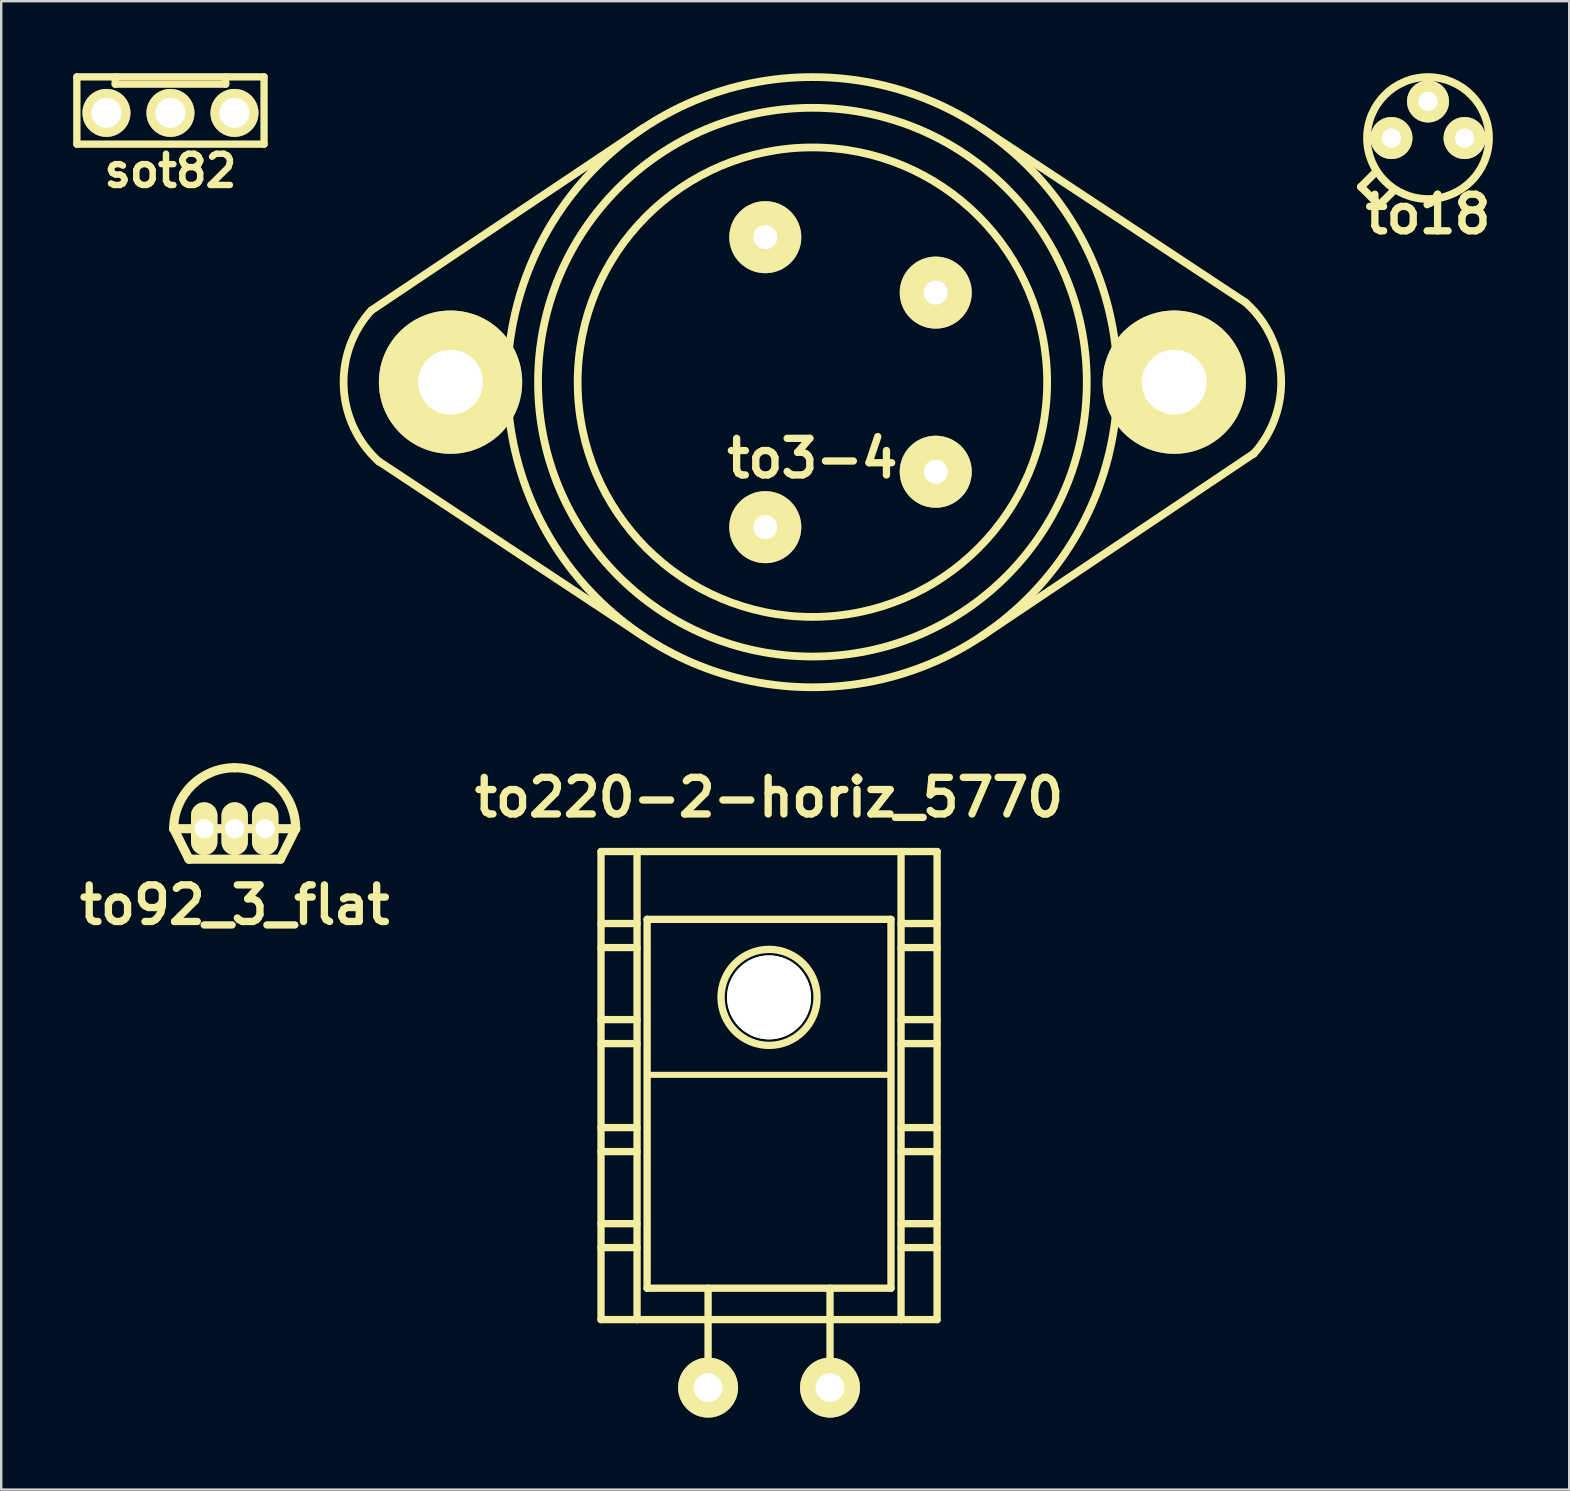
<source format=kicad_pcb>
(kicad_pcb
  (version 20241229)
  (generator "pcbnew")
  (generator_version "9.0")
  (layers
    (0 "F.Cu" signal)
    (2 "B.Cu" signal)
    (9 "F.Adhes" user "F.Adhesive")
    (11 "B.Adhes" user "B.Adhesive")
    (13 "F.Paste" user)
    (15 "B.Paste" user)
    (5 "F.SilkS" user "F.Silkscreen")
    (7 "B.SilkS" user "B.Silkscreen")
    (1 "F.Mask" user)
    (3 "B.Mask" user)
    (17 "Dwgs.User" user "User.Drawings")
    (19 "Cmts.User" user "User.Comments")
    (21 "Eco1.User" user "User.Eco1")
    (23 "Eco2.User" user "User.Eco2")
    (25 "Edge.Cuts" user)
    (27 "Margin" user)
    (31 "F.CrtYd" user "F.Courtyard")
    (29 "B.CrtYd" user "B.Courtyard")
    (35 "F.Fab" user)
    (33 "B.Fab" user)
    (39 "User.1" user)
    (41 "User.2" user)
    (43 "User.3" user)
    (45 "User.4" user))
  (footprint "to18"
    (layer "F.Cu")
    (at 56.44 2.701)
    (property "Reference" "to18" (at 0 3.175 0) (layer "F.SilkS") (effects (font (size 1.524 1.524) (thickness 0.305))))
    (attr through_hole)
    (fp_line (start -2.794 2.032) (end -2.032 2.794) (stroke (width 0.323) (type solid)) (layer "F.SilkS"))
    (fp_line (start -2.159 1.397) (end -2.794 2.032) (stroke (width 0.323) (type solid)) (layer "F.SilkS"))
    (fp_line (start -2.032 2.794) (end -1.397 2.159) (stroke (width 0.323) (type solid)) (layer "F.SilkS"))
    (fp_circle (center 0 0) (end -2.54 0) (stroke (width 0.323) (type solid)) (fill no) (layer "F.SilkS"))
    (pad "1" thru_hole circle (at 1.524 0) (size 1.75 1.75) (drill 0.8) (layers "*.Cu" "*.Mask" "F.SilkS"))
    (pad "2" thru_hole circle (at 0 -1.524) (size 1.75 1.75) (drill 0.8) (layers "*.Cu" "*.Mask" "F.SilkS"))
    (pad "3" thru_hole circle (at -1.524 0) (size 1.75 1.75) (drill 0.8) (layers "*.Cu" "*.Mask" "F.SilkS")))
  (footprint "to92_3_flat"
    (layer "F.Cu")
    (at 6.727 31.473)
    (property "Reference" "to92_3_flat" (at 0 3.175 0) (layer "F.SilkS") (effects (font (size 1.524 1.524) (thickness 0.305))))
    (attr through_hole)
    (fp_line (start -1.905 1.27) (end -2.54 0) (stroke (width 0.381) (type solid)) (layer "F.SilkS"))
    (fp_line (start 1.905 1.27) (end -1.905 1.27) (stroke (width 0.381) (type solid)) (layer "F.SilkS"))
    (fp_line (start 2.54 0) (end -2.54 0) (stroke (width 0.381) (type solid)) (layer "F.SilkS"))
    (fp_line (start 2.54 0) (end 1.905 1.27) (stroke (width 0.381) (type solid)) (layer "F.SilkS"))
    (fp_arc (start -2.54 0) (mid -1.796051 -1.796051) (end 0 -2.54) (stroke (width 0.381) (type solid)) (layer "F.SilkS"))
    (fp_arc (start 0 -2.54) (mid 1.796051 -1.796051) (end 2.54 0) (stroke (width 0.381) (type solid)) (layer "F.SilkS"))
    (pad "1" thru_hole oval (at 1.27 0) (size 1.1 2.2) (drill 0.8) (layers "*.Cu" "*.Mask" "F.SilkS"))
    (pad "2" thru_hole oval (at 0 0) (size 1.1 2.2) (drill 0.8) (layers "*.Cu" "*.Mask" "F.SilkS"))
    (pad "3" thru_hole oval (at -1.27 0) (size 1.1 2.2) (drill 0.8) (layers "*.Cu" "*.Mask" "F.SilkS")))
  (footprint "sot82"
    (layer "F.Cu")
    (at 4.051 1.654)
    (property "Reference" "sot82" (at 0 2.413 0) (layer "F.SilkS") (effects (font (size 1.3 1.3) (thickness 0.269))))
    (attr through_hole)
    (fp_line (start -3.899 -1.501) (end -3.899 1.3) (stroke (width 0.305) (type solid)) (layer "F.SilkS"))
    (fp_line (start -3.899 1.3) (end 3.899 1.3) (stroke (width 0.305) (type solid)) (layer "F.SilkS"))
    (fp_line (start -2.301 -1.501) (end -2.301 -1.199) (stroke (width 0.305) (type solid)) (layer "F.SilkS"))
    (fp_line (start -2.301 -1.199) (end 2.301 -1.199) (stroke (width 0.305) (type solid)) (layer "F.SilkS"))
    (fp_line (start 2.301 -1.199) (end 2.301 -1.501) (stroke (width 0.305) (type solid)) (layer "F.SilkS"))
    (fp_line (start 3.899 -1.501) (end -3.899 -1.501) (stroke (width 0.305) (type solid)) (layer "F.SilkS"))
    (fp_line (start 3.899 1.3) (end 3.899 -1.501) (stroke (width 0.305) (type solid)) (layer "F.SilkS"))
    (pad "1" thru_hole circle (at 2.667 0) (size 1.999 1.999) (drill 1.25) (layers "*.Cu" "*.Mask" "F.SilkS"))
    (pad "2" thru_hole circle (at 0 0) (size 1.999 1.999) (drill 1.25) (layers "*.Cu" "*.Mask" "F.SilkS"))
    (pad "3" thru_hole circle (at -2.667 0) (size 1.999 1.999) (drill 1.25) (layers "*.Cu" "*.Mask" "F.SilkS")))
  (footprint "to3-4"
    (layer "F.Cu")
    (at 30.794 12.871)
    (property "Reference" "to3-4" (at 0 3.175 0) (layer "F.SilkS") (effects (font (size 1.524 1.524) (thickness 0.305))))
    (attr through_hole)
    (fp_line (start -18.364 -2.997) (end -7.036 -10.592) (stroke (width 0.323) (type solid)) (layer "F.SilkS"))
    (fp_line (start -18.059 3.302) (end -7.036 10.592) (stroke (width 0.323) (type solid)) (layer "F.SilkS"))
    (fp_line (start 18.034 -3.327) (end 7.036 -10.592) (stroke (width 0.323) (type solid)) (layer "F.SilkS"))
    (fp_line (start 18.39 2.972) (end 7.036 10.592) (stroke (width 0.323) (type solid)) (layer "F.SilkS"))
    (fp_arc (start -18.05432 3.31216) (mid -19.523719 0.235283) (end -18.38706 -2.97942) (stroke (width 0.32258) (type solid)) (layer "F.SilkS"))
    (fp_arc (start 18.05432 -3.31216) (mid 19.523719 -0.235283) (end 18.38706 2.97942) (stroke (width 0.32258) (type solid)) (layer "F.SilkS"))
    (fp_circle (center 0 0) (end -12.7 0.508) (stroke (width 0.323) (type solid)) (fill no) (layer "F.SilkS"))
    (fp_circle (center 0 0) (end -11.43 0) (stroke (width 0.323) (type solid)) (fill no) (layer "F.SilkS"))
    (fp_circle (center 0 0) (end -9.779 0) (stroke (width 0.323) (type solid)) (fill no) (layer "F.SilkS"))
    (pad "1" thru_hole circle (at -1.963 6.04) (size 3 3) (drill 1.001) (layers "*.Cu" "*.Mask" "F.SilkS"))
    (pad "2" thru_hole circle (at 5.138 3.731) (size 3 3) (drill 1.001) (layers "*.Cu" "*.Mask" "F.SilkS"))
    (pad "3" thru_hole circle (at 5.138 -3.731) (size 3 3) (drill 1.001) (layers "*.Cu" "*.Mask" "F.SilkS"))
    (pad "4" thru_hole circle (at -1.963 -6.04) (size 3 3) (drill 1.001) (layers "*.Cu" "*.Mask" "F.SilkS"))
    (pad "5" thru_hole circle (at -15.075 0) (size 5.969 5.969) (drill 2.7) (layers "*.Cu" "*.Mask" "F.SilkS"))
    (pad "5" thru_hole circle (at 15.075 0) (size 5.969 5.969) (drill 2.7) (layers "*.Cu" "*.Mask" "F.SilkS")))
  (footprint "to220-2-horiz_5770"
    (layer "F.Cu")
    (at 28.988 46.425)
    (property "Reference" "to220-2-horiz_5770" (at 0 -16.256 0) (layer "F.SilkS") (effects (font (size 1.524 1.524) (thickness 0.305))))
    (attr through_hole)
    (fp_line (start -7 -14) (end -7 5.499) (stroke (width 0.305) (type solid)) (layer "F.SilkS"))
    (fp_line (start -7 -11.001) (end -5.499 -11.001) (stroke (width 0.305) (type solid)) (layer "F.SilkS"))
    (fp_line (start -7 -10) (end -5.499 -10) (stroke (width 0.305) (type solid)) (layer "F.SilkS"))
    (fp_line (start -7 -7) (end -5.499 -7) (stroke (width 0.305) (type solid)) (layer "F.SilkS"))
    (fp_line (start -7 -5.999) (end -5.499 -5.999) (stroke (width 0.305) (type solid)) (layer "F.SilkS"))
    (fp_line (start -7 -2.499) (end -5.499 -2.499) (stroke (width 0.305) (type solid)) (layer "F.SilkS"))
    (fp_line (start -7 -1.501) (end -5.499 -1.501) (stroke (width 0.305) (type solid)) (layer "F.SilkS"))
    (fp_line (start -7 1.501) (end -5.499 1.501) (stroke (width 0.305) (type solid)) (layer "F.SilkS"))
    (fp_line (start -7 2.499) (end -5.499 2.499) (stroke (width 0.305) (type solid)) (layer "F.SilkS"))
    (fp_line (start -7 5.499) (end 7 5.499) (stroke (width 0.305) (type solid)) (layer "F.SilkS"))
    (fp_line (start -5.499 5.499) (end -5.499 -14) (stroke (width 0.305) (type solid)) (layer "F.SilkS"))
    (fp_line (start -5.08 -11.176) (end -5.08 4.191) (stroke (width 0.305) (type solid)) (layer "F.SilkS"))
    (fp_line (start -5.08 4.191) (end 5.08 4.191) (stroke (width 0.305) (type solid)) (layer "F.SilkS"))
    (fp_line (start -2.54 8.382) (end -2.54 4.191) (stroke (width 0.305) (type solid)) (layer "F.SilkS"))
    (fp_line (start 2.54 8.382) (end 2.54 4.191) (stroke (width 0.305) (type solid)) (layer "F.SilkS"))
    (fp_line (start 5.08 -11.176) (end -5.08 -11.176) (stroke (width 0.305) (type solid)) (layer "F.SilkS"))
    (fp_line (start 5.08 -4.699) (end -5.08 -4.699) (stroke (width 0.254) (type solid)) (layer "F.SilkS"))
    (fp_line (start 5.08 4.191) (end 5.08 -11.176) (stroke (width 0.305) (type solid)) (layer "F.SilkS"))
    (fp_line (start 5.499 -14) (end 5.499 5.499) (stroke (width 0.305) (type solid)) (layer "F.SilkS"))
    (fp_line (start 5.499 -11.001) (end 7 -11.001) (stroke (width 0.305) (type solid)) (layer "F.SilkS"))
    (fp_line (start 5.499 -10) (end 7 -10) (stroke (width 0.305) (type solid)) (layer "F.SilkS"))
    (fp_line (start 5.499 -7) (end 7 -7) (stroke (width 0.305) (type solid)) (layer "F.SilkS"))
    (fp_line (start 5.499 -5.999) (end 7 -5.999) (stroke (width 0.305) (type solid)) (layer "F.SilkS"))
    (fp_line (start 5.499 -2.499) (end 7 -2.499) (stroke (width 0.305) (type solid)) (layer "F.SilkS"))
    (fp_line (start 5.499 -1.501) (end 7 -1.501) (stroke (width 0.305) (type solid)) (layer "F.SilkS"))
    (fp_line (start 5.499 1.501) (end 7 1.501) (stroke (width 0.305) (type solid)) (layer "F.SilkS"))
    (fp_line (start 5.499 2.499) (end 7 2.499) (stroke (width 0.305) (type solid)) (layer "F.SilkS"))
    (fp_line (start 7 -14) (end -7 -14) (stroke (width 0.305) (type solid)) (layer "F.SilkS"))
    (fp_line (start 7 5.499) (end 7 -14) (stroke (width 0.305) (type solid)) (layer "F.SilkS"))
    (fp_circle (center 0 -7.925) (end -1.999 -8.001) (stroke (width 0.305) (type solid)) (fill no) (layer "F.SilkS"))
    (pad "" np_thru_hole circle (at 0 -7.925) (size 3.498 3.498) (drill 3.498) (layers "*.Cu" "*.Mask" "F.SilkS"))
    (pad "1" thru_hole circle (at 2.54 8.331) (size 2.499 2.499) (drill 1.199) (layers "*.Cu" "*.Mask" "F.SilkS"))
    (pad "2" thru_hole circle (at -2.54 8.331) (size 2.499 2.499) (drill 1.199) (layers "*.Cu" "*.Mask" "F.SilkS")))
  (gr_rect
    (start -3 -3)
    (end 62.321 59.006)
    (stroke (width 0.1) (type default))
    (fill no)
    (layer "Edge.Cuts")))
</source>
